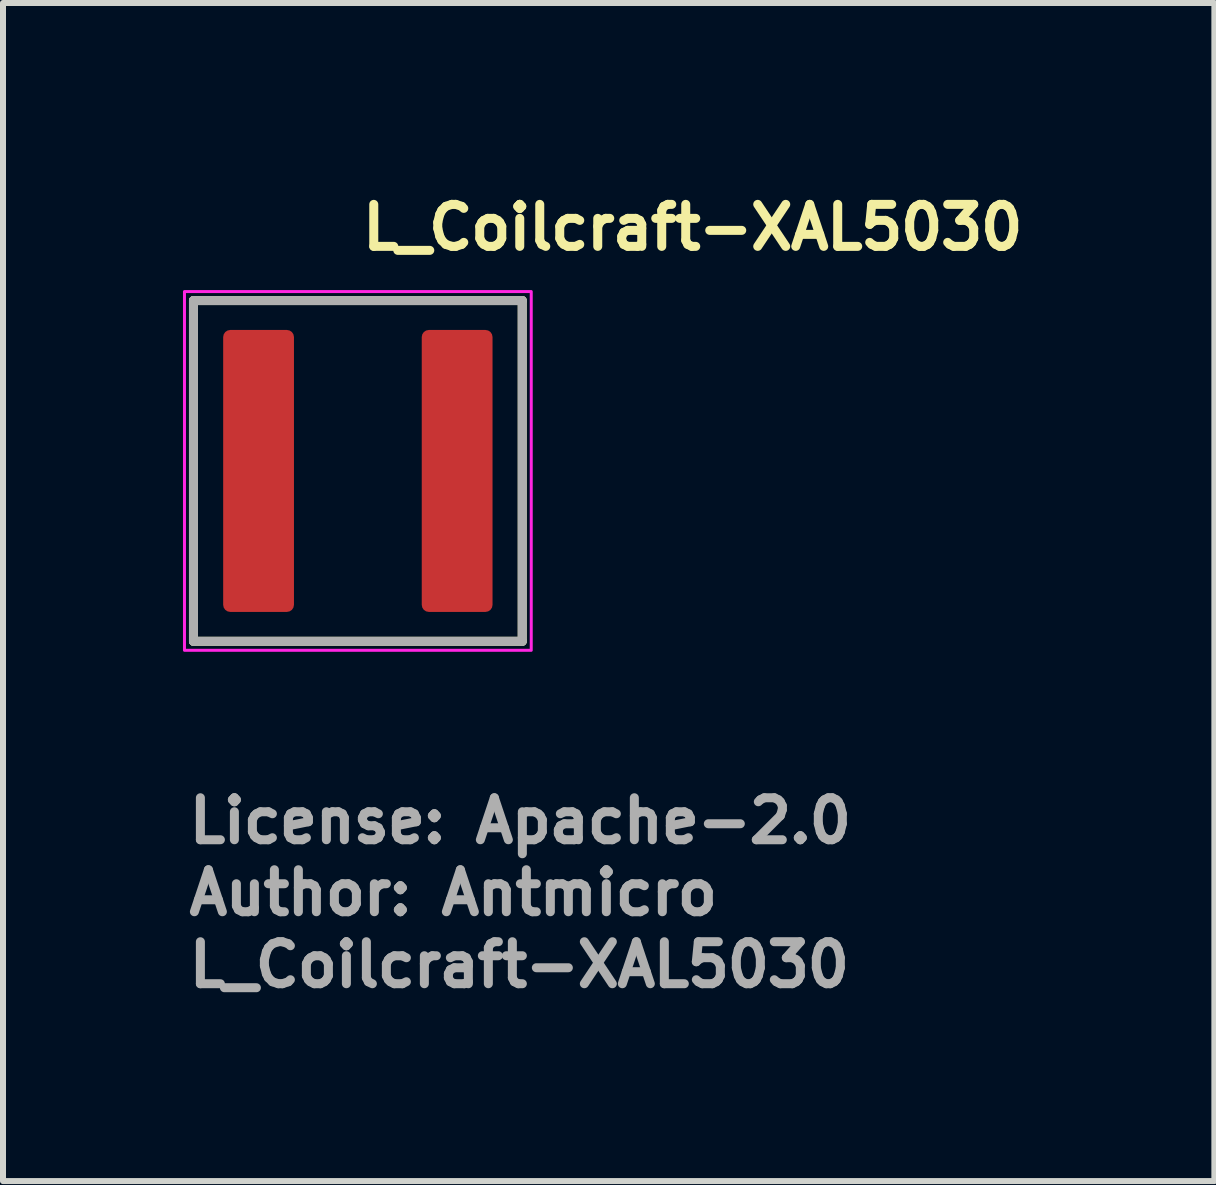
<source format=kicad_pcb>
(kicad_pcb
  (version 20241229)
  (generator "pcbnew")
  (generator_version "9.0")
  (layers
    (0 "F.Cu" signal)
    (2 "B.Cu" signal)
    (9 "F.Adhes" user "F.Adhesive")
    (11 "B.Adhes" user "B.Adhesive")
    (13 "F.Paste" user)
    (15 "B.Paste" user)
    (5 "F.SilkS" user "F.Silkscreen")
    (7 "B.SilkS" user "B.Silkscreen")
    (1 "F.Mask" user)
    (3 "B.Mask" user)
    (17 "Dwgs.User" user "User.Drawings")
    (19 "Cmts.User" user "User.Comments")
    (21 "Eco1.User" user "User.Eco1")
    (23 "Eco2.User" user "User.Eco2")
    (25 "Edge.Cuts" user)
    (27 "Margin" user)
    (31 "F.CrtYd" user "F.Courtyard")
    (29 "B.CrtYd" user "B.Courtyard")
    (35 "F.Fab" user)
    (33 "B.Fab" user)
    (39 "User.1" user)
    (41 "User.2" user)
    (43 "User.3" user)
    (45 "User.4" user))
  (footprint "L_Coilcraft-XAL5030"
    (layer "F.Cu")
    (at 2.915 4.8)
    (property "Reference" "L_Coilcraft-XAL5030" (at 0 -3.65 0) (layer "F.SilkS") (effects (font (size 0.7 0.7) (thickness 0.15)) (justify left bottom)))
    (attr smd)
    (fp_line (start -2.74 -2.84) (end 2.74 -2.84) (stroke (width 0.15) (type solid)) (layer "F.SilkS"))
    (fp_line (start -2.74 2.84) (end -2.74 -2.84) (stroke (width 0.15) (type solid)) (layer "F.SilkS"))
    (fp_line (start -2.74 2.84) (end 2.74 2.84) (stroke (width 0.15) (type solid)) (layer "F.SilkS"))
    (fp_line (start 2.74 2.84) (end 2.74 -2.84) (stroke (width 0.15) (type solid)) (layer "F.SilkS"))
    (fp_rect (start -2.89 -2.99) (end 2.89 2.99) (stroke (width 0.05) (type solid)) (fill no) (layer "F.CrtYd"))
    (fp_line (start -2.74 -2.84) (end 2.74 -2.84) (stroke (width 0.15) (type solid)) (layer "F.Fab"))
    (fp_line (start -2.74 2.84) (end -2.74 -2.84) (stroke (width 0.15) (type solid)) (layer "F.Fab"))
    (fp_line (start 2.74 -2.84) (end 2.74 2.84) (stroke (width 0.15) (type solid)) (layer "F.Fab"))
    (fp_line (start 2.74 2.84) (end -2.74 2.84) (stroke (width 0.15) (type solid)) (layer "F.Fab"))
    (fp_rect (start -2.64 -2.74) (end 2.64 2.74) (stroke (width 0.1) (type solid)) (fill no) (layer "User.5"))
    (fp_line (start -2.64 -2.54) (end -2.64 2.54) (stroke (width 0.02) (type solid)) (layer "User.9"))
    (fp_line (start -2.64 2.54) (end -2.639 2.549) (stroke (width 0.02) (type solid)) (layer "User.9"))
    (fp_line (start -2.639 -2.559) (end -2.639 -2.549) (stroke (width 0.02) (type solid)) (layer "User.9"))
    (fp_line (start -2.639 -2.549) (end -2.64 -2.54) (stroke (width 0.02) (type solid)) (layer "User.9"))
    (fp_line (start -2.639 2.549) (end -2.639 2.559) (stroke (width 0.02) (type solid)) (layer "User.9"))
    (fp_line (start -2.639 2.559) (end -2.637 2.569) (stroke (width 0.02) (type solid)) (layer "User.9"))
    (fp_line (start -2.637 -2.569) (end -2.639 -2.559) (stroke (width 0.02) (type solid)) (layer "User.9"))
    (fp_line (start -2.637 2.569) (end -2.636 2.579) (stroke (width 0.02) (type solid)) (layer "User.9"))
    (fp_line (start -2.636 -2.579) (end -2.637 -2.569) (stroke (width 0.02) (type solid)) (layer "User.9"))
    (fp_line (start -2.636 2.579) (end -2.633 2.588) (stroke (width 0.02) (type solid)) (layer "User.9"))
    (fp_line (start -2.633 -2.588) (end -2.636 -2.579) (stroke (width 0.02) (type solid)) (layer "User.9"))
    (fp_line (start -2.633 2.588) (end -2.631 2.598) (stroke (width 0.02) (type solid)) (layer "User.9"))
    (fp_line (start -2.631 -2.598) (end -2.633 -2.588) (stroke (width 0.02) (type solid)) (layer "User.9"))
    (fp_line (start -2.631 2.598) (end -2.628 2.607) (stroke (width 0.02) (type solid)) (layer "User.9"))
    (fp_line (start -2.628 -2.607) (end -2.631 -2.598) (stroke (width 0.02) (type solid)) (layer "User.9"))
    (fp_line (start -2.628 2.607) (end -2.624 2.616) (stroke (width 0.02) (type solid)) (layer "User.9"))
    (fp_line (start -2.624 -2.616) (end -2.628 -2.607) (stroke (width 0.02) (type solid)) (layer "User.9"))
    (fp_line (start -2.624 2.616) (end -2.62 2.625) (stroke (width 0.02) (type solid)) (layer "User.9"))
    (fp_line (start -2.62 -2.625) (end -2.624 -2.616) (stroke (width 0.02) (type solid)) (layer "User.9"))
    (fp_line (start -2.62 2.625) (end -2.616 2.634) (stroke (width 0.02) (type solid)) (layer "User.9"))
    (fp_line (start -2.616 -2.634) (end -2.62 -2.625) (stroke (width 0.02) (type solid)) (layer "User.9"))
    (fp_line (start -2.616 2.634) (end -2.611 2.642) (stroke (width 0.02) (type solid)) (layer "User.9"))
    (fp_line (start -2.611 -2.642) (end -2.616 -2.634) (stroke (width 0.02) (type solid)) (layer "User.9"))
    (fp_line (start -2.611 2.642) (end -2.606 2.65) (stroke (width 0.02) (type solid)) (layer "User.9"))
    (fp_line (start -2.606 -2.65) (end -2.611 -2.642) (stroke (width 0.02) (type solid)) (layer "User.9"))
    (fp_line (start -2.606 2.65) (end -2.6 2.658) (stroke (width 0.02) (type solid)) (layer "User.9"))
    (fp_line (start -2.6 -2.658) (end -2.606 -2.65) (stroke (width 0.02) (type solid)) (layer "User.9"))
    (fp_line (start -2.6 2.658) (end -2.594 2.666) (stroke (width 0.02) (type solid)) (layer "User.9"))
    (fp_line (start -2.594 -2.666) (end -2.6 -2.658) (stroke (width 0.02) (type solid)) (layer "User.9"))
    (fp_line (start -2.594 2.666) (end -2.588 2.674) (stroke (width 0.02) (type solid)) (layer "User.9"))
    (fp_line (start -2.588 -2.674) (end -2.594 -2.666) (stroke (width 0.02) (type solid)) (layer "User.9"))
    (fp_line (start -2.588 2.674) (end -2.581 2.681) (stroke (width 0.02) (type solid)) (layer "User.9"))
    (fp_line (start -2.581 -2.681) (end -2.588 -2.674) (stroke (width 0.02) (type solid)) (layer "User.9"))
    (fp_line (start -2.581 -2.681) (end -2.581 -2.681) (stroke (width 0.02) (type solid)) (layer "User.9"))
    (fp_line (start -2.581 2.681) (end -2.581 2.681) (stroke (width 0.02) (type solid)) (layer "User.9"))
    (fp_line (start -2.581 2.681) (end -2.574 2.688) (stroke (width 0.02) (type solid)) (layer "User.9"))
    (fp_line (start -2.574 -2.688) (end -2.581 -2.681) (stroke (width 0.02) (type solid)) (layer "User.9"))
    (fp_line (start -2.574 2.688) (end -2.566 2.694) (stroke (width 0.02) (type solid)) (layer "User.9"))
    (fp_line (start -2.566 -2.694) (end -2.574 -2.688) (stroke (width 0.02) (type solid)) (layer "User.9"))
    (fp_line (start -2.566 2.694) (end -2.558 2.7) (stroke (width 0.02) (type solid)) (layer "User.9"))
    (fp_line (start -2.558 -2.7) (end -2.566 -2.694) (stroke (width 0.02) (type solid)) (layer "User.9"))
    (fp_line (start -2.558 2.7) (end -2.55 2.706) (stroke (width 0.02) (type solid)) (layer "User.9"))
    (fp_line (start -2.55 -2.706) (end -2.558 -2.7) (stroke (width 0.02) (type solid)) (layer "User.9"))
    (fp_line (start -2.55 2.706) (end -2.542 2.711) (stroke (width 0.02) (type solid)) (layer "User.9"))
    (fp_line (start -2.542 -2.711) (end -2.55 -2.706) (stroke (width 0.02) (type solid)) (layer "User.9"))
    (fp_line (start -2.542 2.711) (end -2.534 2.716) (stroke (width 0.02) (type solid)) (layer "User.9"))
    (fp_line (start -2.534 -2.716) (end -2.542 -2.711) (stroke (width 0.02) (type solid)) (layer "User.9"))
    (fp_line (start -2.534 2.716) (end -2.525 2.72) (stroke (width 0.02) (type solid)) (layer "User.9"))
    (fp_line (start -2.525 -2.72) (end -2.534 -2.716) (stroke (width 0.02) (type solid)) (layer "User.9"))
    (fp_line (start -2.525 2.72) (end -2.516 2.724) (stroke (width 0.02) (type solid)) (layer "User.9"))
    (fp_line (start -2.516 -2.724) (end -2.525 -2.72) (stroke (width 0.02) (type solid)) (layer "User.9"))
    (fp_line (start -2.516 2.724) (end -2.507 2.728) (stroke (width 0.02) (type solid)) (layer "User.9"))
    (fp_line (start -2.507 -2.728) (end -2.516 -2.724) (stroke (width 0.02) (type solid)) (layer "User.9"))
    (fp_line (start -2.507 2.728) (end -2.498 2.731) (stroke (width 0.02) (type solid)) (layer "User.9"))
    (fp_line (start -2.498 -2.731) (end -2.507 -2.728) (stroke (width 0.02) (type solid)) (layer "User.9"))
    (fp_line (start -2.498 2.731) (end -2.488 2.733) (stroke (width 0.02) (type solid)) (layer "User.9"))
    (fp_line (start -2.488 -2.733) (end -2.498 -2.731) (stroke (width 0.02) (type solid)) (layer "User.9"))
    (fp_line (start -2.488 2.733) (end -2.479 2.736) (stroke (width 0.02) (type solid)) (layer "User.9"))
    (fp_line (start -2.479 -2.736) (end -2.488 -2.733) (stroke (width 0.02) (type solid)) (layer "User.9"))
    (fp_line (start -2.479 2.736) (end -2.469 2.737) (stroke (width 0.02) (type solid)) (layer "User.9"))
    (fp_line (start -2.469 -2.737) (end -2.479 -2.736) (stroke (width 0.02) (type solid)) (layer "User.9"))
    (fp_line (start -2.469 2.737) (end -2.459 2.739) (stroke (width 0.02) (type solid)) (layer "User.9"))
    (fp_line (start -2.459 -2.739) (end -2.469 -2.737) (stroke (width 0.02) (type solid)) (layer "User.9"))
    (fp_line (start -2.459 2.739) (end -2.449 2.739) (stroke (width 0.02) (type solid)) (layer "User.9"))
    (fp_line (start -2.449 -2.739) (end -2.459 -2.739) (stroke (width 0.02) (type solid)) (layer "User.9"))
    (fp_line (start -2.449 2.739) (end -2.44 2.74) (stroke (width 0.02) (type solid)) (layer "User.9"))
    (fp_line (start -2.44 -2.74) (end -2.449 -2.739) (stroke (width 0.02) (type solid)) (layer "User.9"))
    (fp_line (start -2.44 -2.74) (end 2.44 -2.74) (stroke (width 0.02) (type solid)) (layer "User.9"))
    (fp_line (start -2.44 2.74) (end 2.44 2.74) (stroke (width 0.02) (type solid)) (layer "User.9"))
    (fp_line (start -1.865 -1.974) (end -1.865 2.024) (stroke (width 0.02) (type solid)) (layer "User.9"))
    (fp_line (start -1.865 2.024) (end -1.665 2.024) (stroke (width 0.02) (type solid)) (layer "User.9"))
    (fp_line (start -1.665 -1.974) (end -1.865 -1.974) (stroke (width 0.02) (type solid)) (layer "User.9"))
    (fp_line (start -1.665 2.024) (end -1.665 -1.974) (stroke (width 0.02) (type solid)) (layer "User.9"))
    (fp_line (start 2.44 -2.74) (end -2.44 -2.74) (stroke (width 0.02) (type solid)) (layer "User.9"))
    (fp_line (start 2.44 2.74) (end -2.44 2.74) (stroke (width 0.02) (type solid)) (layer "User.9"))
    (fp_line (start 2.44 2.74) (end 2.449 2.739) (stroke (width 0.02) (type solid)) (layer "User.9"))
    (fp_line (start 2.449 -2.739) (end 2.44 -2.74) (stroke (width 0.02) (type solid)) (layer "User.9"))
    (fp_line (start 2.449 2.739) (end 2.459 2.739) (stroke (width 0.02) (type solid)) (layer "User.9"))
    (fp_line (start 2.459 -2.739) (end 2.449 -2.739) (stroke (width 0.02) (type solid)) (layer "User.9"))
    (fp_line (start 2.459 2.739) (end 2.469 2.737) (stroke (width 0.02) (type solid)) (layer "User.9"))
    (fp_line (start 2.469 -2.737) (end 2.459 -2.739) (stroke (width 0.02) (type solid)) (layer "User.9"))
    (fp_line (start 2.469 2.737) (end 2.479 2.736) (stroke (width 0.02) (type solid)) (layer "User.9"))
    (fp_line (start 2.479 -2.736) (end 2.469 -2.737) (stroke (width 0.02) (type solid)) (layer "User.9"))
    (fp_line (start 2.479 2.736) (end 2.488 2.733) (stroke (width 0.02) (type solid)) (layer "User.9"))
    (fp_line (start 2.488 -2.733) (end 2.479 -2.736) (stroke (width 0.02) (type solid)) (layer "User.9"))
    (fp_line (start 2.488 2.733) (end 2.498 2.731) (stroke (width 0.02) (type solid)) (layer "User.9"))
    (fp_line (start 2.498 -2.731) (end 2.488 -2.733) (stroke (width 0.02) (type solid)) (layer "User.9"))
    (fp_line (start 2.498 2.731) (end 2.507 2.728) (stroke (width 0.02) (type solid)) (layer "User.9"))
    (fp_line (start 2.507 -2.728) (end 2.498 -2.731) (stroke (width 0.02) (type solid)) (layer "User.9"))
    (fp_line (start 2.507 2.728) (end 2.516 2.724) (stroke (width 0.02) (type solid)) (layer "User.9"))
    (fp_line (start 2.516 -2.724) (end 2.507 -2.728) (stroke (width 0.02) (type solid)) (layer "User.9"))
    (fp_line (start 2.516 2.724) (end 2.525 2.72) (stroke (width 0.02) (type solid)) (layer "User.9"))
    (fp_line (start 2.525 -2.72) (end 2.516 -2.724) (stroke (width 0.02) (type solid)) (layer "User.9"))
    (fp_line (start 2.525 2.72) (end 2.534 2.716) (stroke (width 0.02) (type solid)) (layer "User.9"))
    (fp_line (start 2.534 -2.716) (end 2.525 -2.72) (stroke (width 0.02) (type solid)) (layer "User.9"))
    (fp_line (start 2.534 2.716) (end 2.542 2.711) (stroke (width 0.02) (type solid)) (layer "User.9"))
    (fp_line (start 2.542 -2.711) (end 2.534 -2.716) (stroke (width 0.02) (type solid)) (layer "User.9"))
    (fp_line (start 2.542 2.711) (end 2.55 2.706) (stroke (width 0.02) (type solid)) (layer "User.9"))
    (fp_line (start 2.55 -2.706) (end 2.542 -2.711) (stroke (width 0.02) (type solid)) (layer "User.9"))
    (fp_line (start 2.55 2.706) (end 2.558 2.7) (stroke (width 0.02) (type solid)) (layer "User.9"))
    (fp_line (start 2.558 -2.7) (end 2.55 -2.706) (stroke (width 0.02) (type solid)) (layer "User.9"))
    (fp_line (start 2.558 2.7) (end 2.566 2.694) (stroke (width 0.02) (type solid)) (layer "User.9"))
    (fp_line (start 2.566 -2.694) (end 2.558 -2.7) (stroke (width 0.02) (type solid)) (layer "User.9"))
    (fp_line (start 2.566 2.694) (end 2.574 2.688) (stroke (width 0.02) (type solid)) (layer "User.9"))
    (fp_line (start 2.574 -2.688) (end 2.566 -2.694) (stroke (width 0.02) (type solid)) (layer "User.9"))
    (fp_line (start 2.574 2.688) (end 2.581 2.681) (stroke (width 0.02) (type solid)) (layer "User.9"))
    (fp_line (start 2.581 -2.681) (end 2.574 -2.688) (stroke (width 0.02) (type solid)) (layer "User.9"))
    (fp_line (start 2.581 -2.681) (end 2.581 -2.681) (stroke (width 0.02) (type solid)) (layer "User.9"))
    (fp_line (start 2.581 2.681) (end 2.581 2.681) (stroke (width 0.02) (type solid)) (layer "User.9"))
    (fp_line (start 2.581 2.681) (end 2.588 2.674) (stroke (width 0.02) (type solid)) (layer "User.9"))
    (fp_line (start 2.588 -2.674) (end 2.581 -2.681) (stroke (width 0.02) (type solid)) (layer "User.9"))
    (fp_line (start 2.588 2.674) (end 2.594 2.666) (stroke (width 0.02) (type solid)) (layer "User.9"))
    (fp_line (start 2.594 -2.666) (end 2.588 -2.674) (stroke (width 0.02) (type solid)) (layer "User.9"))
    (fp_line (start 2.594 2.666) (end 2.6 2.658) (stroke (width 0.02) (type solid)) (layer "User.9"))
    (fp_line (start 2.6 -2.658) (end 2.594 -2.666) (stroke (width 0.02) (type solid)) (layer "User.9"))
    (fp_line (start 2.6 2.658) (end 2.606 2.65) (stroke (width 0.02) (type solid)) (layer "User.9"))
    (fp_line (start 2.606 -2.65) (end 2.6 -2.658) (stroke (width 0.02) (type solid)) (layer "User.9"))
    (fp_line (start 2.606 2.65) (end 2.611 2.642) (stroke (width 0.02) (type solid)) (layer "User.9"))
    (fp_line (start 2.611 -2.642) (end 2.606 -2.65) (stroke (width 0.02) (type solid)) (layer "User.9"))
    (fp_line (start 2.611 2.642) (end 2.616 2.634) (stroke (width 0.02) (type solid)) (layer "User.9"))
    (fp_line (start 2.616 -2.634) (end 2.611 -2.642) (stroke (width 0.02) (type solid)) (layer "User.9"))
    (fp_line (start 2.616 2.634) (end 2.62 2.625) (stroke (width 0.02) (type solid)) (layer "User.9"))
    (fp_line (start 2.62 -2.625) (end 2.616 -2.634) (stroke (width 0.02) (type solid)) (layer "User.9"))
    (fp_line (start 2.62 2.625) (end 2.624 2.616) (stroke (width 0.02) (type solid)) (layer "User.9"))
    (fp_line (start 2.624 -2.616) (end 2.62 -2.625) (stroke (width 0.02) (type solid)) (layer "User.9"))
    (fp_line (start 2.624 2.616) (end 2.628 2.607) (stroke (width 0.02) (type solid)) (layer "User.9"))
    (fp_line (start 2.628 -2.607) (end 2.624 -2.616) (stroke (width 0.02) (type solid)) (layer "User.9"))
    (fp_line (start 2.628 2.607) (end 2.631 2.598) (stroke (width 0.02) (type solid)) (layer "User.9"))
    (fp_line (start 2.631 -2.598) (end 2.628 -2.607) (stroke (width 0.02) (type solid)) (layer "User.9"))
    (fp_line (start 2.631 2.598) (end 2.633 2.588) (stroke (width 0.02) (type solid)) (layer "User.9"))
    (fp_line (start 2.633 -2.588) (end 2.631 -2.598) (stroke (width 0.02) (type solid)) (layer "User.9"))
    (fp_line (start 2.633 2.588) (end 2.636 2.579) (stroke (width 0.02) (type solid)) (layer "User.9"))
    (fp_line (start 2.636 -2.579) (end 2.633 -2.588) (stroke (width 0.02) (type solid)) (layer "User.9"))
    (fp_line (start 2.636 2.579) (end 2.637 2.569) (stroke (width 0.02) (type solid)) (layer "User.9"))
    (fp_line (start 2.637 -2.569) (end 2.636 -2.579) (stroke (width 0.02) (type solid)) (layer "User.9"))
    (fp_line (start 2.637 2.569) (end 2.639 2.559) (stroke (width 0.02) (type solid)) (layer "User.9"))
    (fp_line (start 2.639 -2.559) (end 2.637 -2.569) (stroke (width 0.02) (type solid)) (layer "User.9"))
    (fp_line (start 2.639 -2.549) (end 2.639 -2.559) (stroke (width 0.02) (type solid)) (layer "User.9"))
    (fp_line (start 2.639 2.549) (end 2.64 2.54) (stroke (width 0.02) (type solid)) (layer "User.9"))
    (fp_line (start 2.639 2.559) (end 2.639 2.549) (stroke (width 0.02) (type solid)) (layer "User.9"))
    (fp_line (start 2.64 -2.54) (end 2.639 -2.549) (stroke (width 0.02) (type solid)) (layer "User.9"))
    (fp_line (start 2.64 2.54) (end 2.64 -2.54) (stroke (width 0.02) (type solid)) (layer "User.9"))
    (fp_text user "${REFERENCE}" (at -2.89 8.641 0) (layer "F.Fab") (effects (font (size 0.7 0.7) (thickness 0.15)) (justify left bottom)))
    (fp_text user "License: Apache-2.0" (at -2.89 6.241 0) (layer "F.Fab") (effects (font (size 0.7 0.7) (thickness 0.15)) (justify left bottom)))
    (fp_text user "Author: Antmicro" (at -2.89 7.441 0) (layer "F.Fab") (effects (font (size 0.7 0.7) (thickness 0.15)) (justify left bottom)))
    (pad "1" smd roundrect (at -1.655 0) (size 1.18 4.7) (layers "F.Cu" "F.Mask" "F.Paste") (roundrect_rratio 0.1))
    (pad "2" smd roundrect (at 1.655 0) (size 1.18 4.7) (layers "F.Cu" "F.Mask" "F.Paste") (roundrect_rratio 0.1)))
  (gr_rect
    (start -3 -3)
    (end 17.192 16.637)
    (stroke (width 0.1) (type default))
    (fill no)
    (layer "Edge.Cuts")))
</source>
